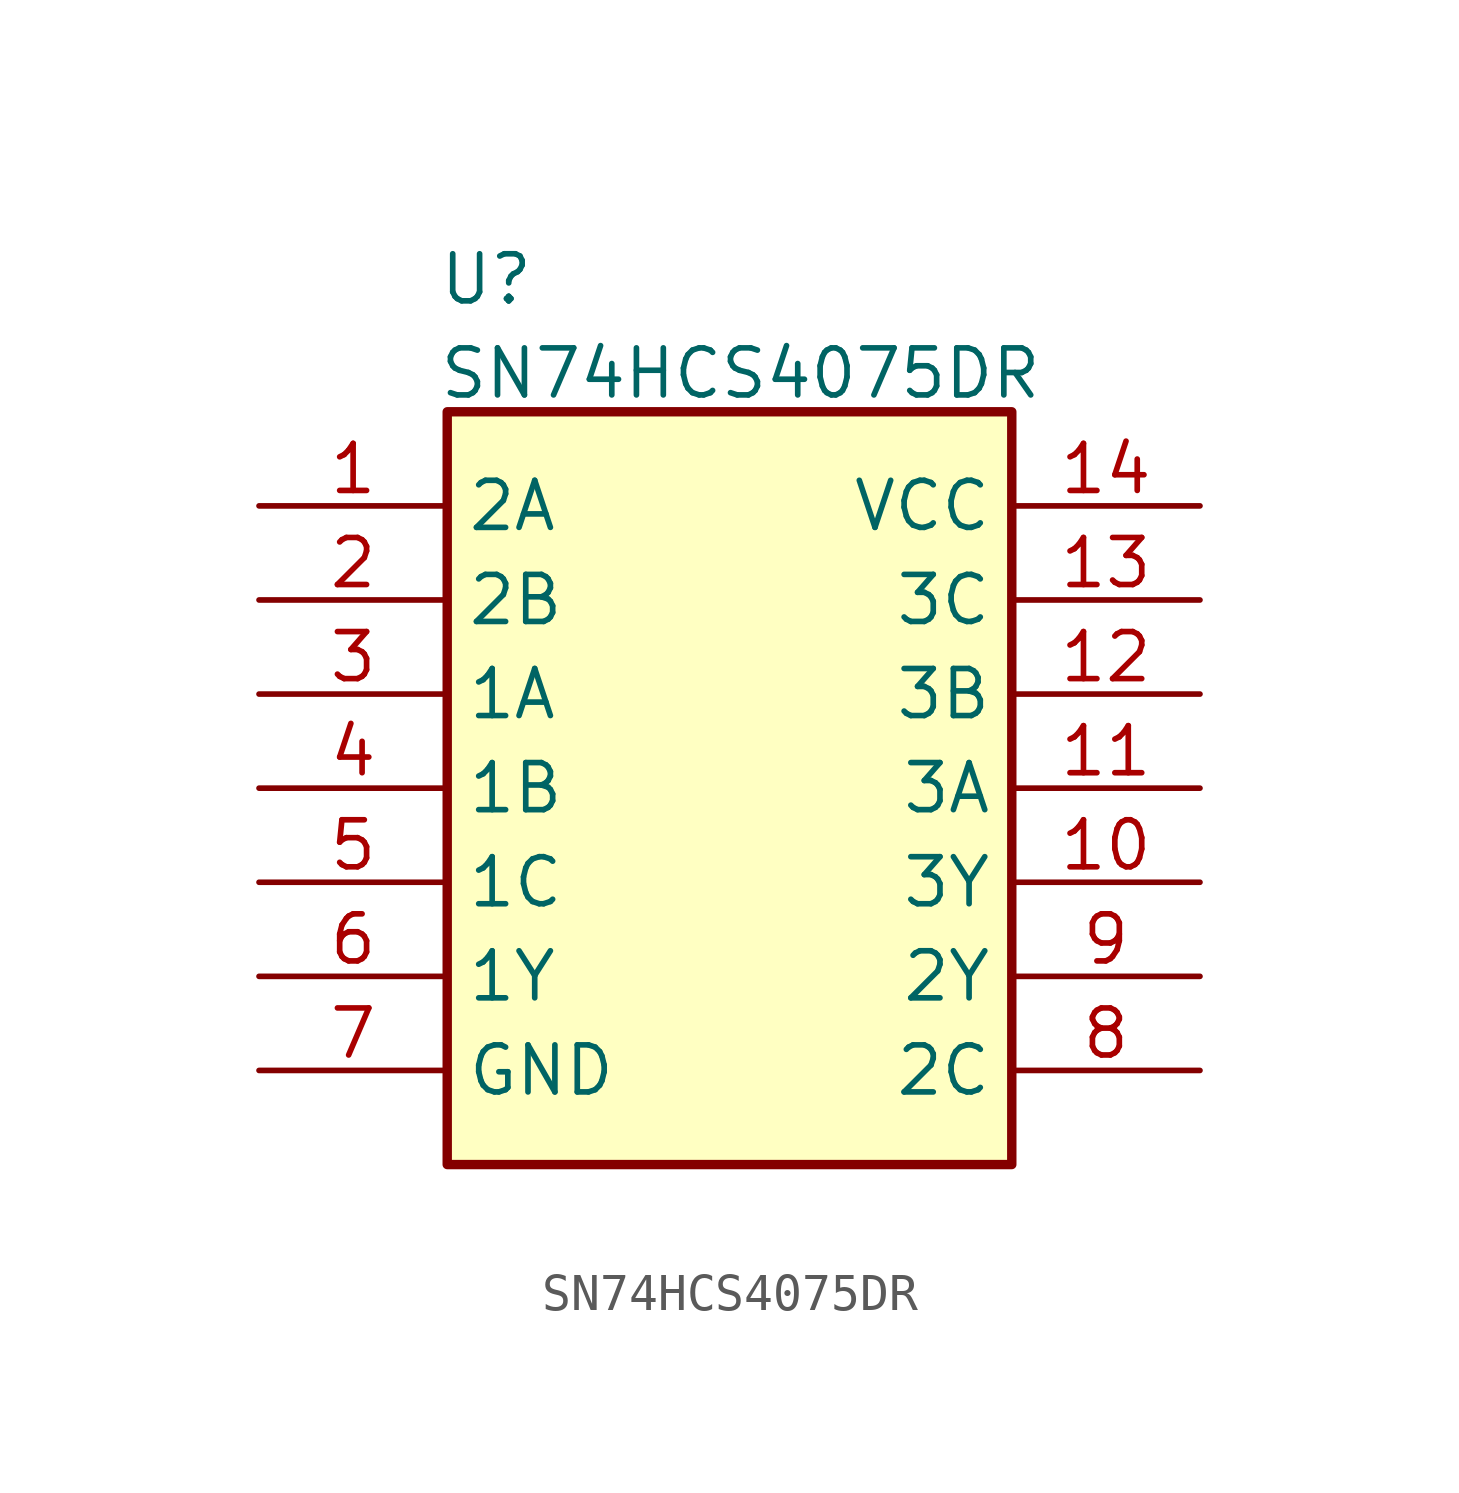
<source format=kicad_sym>
(kicad_symbol_lib
  (version 20241209)
  (generator "kicad_symbol_editor")
  (generator_version "9.0")
  (symbol "SN74HCS4075DR"
    (property "Reference" "U"
      (at -7.874 13.208 0)
      (effects (font (size 1.27 1.27)) (justify left top)))
    (property "Value" "SN74HCS4075DR"
      (at -7.874 10.668 0)
      (effects (font (size 1.27 1.27)) (justify left top)))
    (symbol "SN74HCS4075DR_1_1"
      (rectangle (start -7.62 8.89) (end 7.62 -11.43) (stroke (width 0.254) (type default)) (fill (type background)))
      (pin passive line (at -12.7 6.35 0) (length 5.08) (name "2A" (effects (font (size 1.27 1.27)))) (number "1" (effects (font (size 1.27 1.27)))))
      (pin passive line (at -12.7 3.81 0) (length 5.08) (name "2B" (effects (font (size 1.27 1.27)))) (number "2" (effects (font (size 1.27 1.27)))))
      (pin passive line (at -12.7 1.27 0) (length 5.08) (name "1A" (effects (font (size 1.27 1.27)))) (number "3" (effects (font (size 1.27 1.27)))))
      (pin passive line (at -12.7 -1.27 0) (length 5.08) (name "1B" (effects (font (size 1.27 1.27)))) (number "4" (effects (font (size 1.27 1.27)))))
      (pin passive line (at -12.7 -3.81 0) (length 5.08) (name "1C" (effects (font (size 1.27 1.27)))) (number "5" (effects (font (size 1.27 1.27)))))
      (pin passive line (at -12.7 -6.35 0) (length 5.08) (name "1Y" (effects (font (size 1.27 1.27)))) (number "6" (effects (font (size 1.27 1.27)))))
      (pin passive line (at -12.7 -8.89 0) (length 5.08) (name "GND" (effects (font (size 1.27 1.27)))) (number "7" (effects (font (size 1.27 1.27)))))
      (pin passive line (at 12.7 6.35 180) (length 5.08) (name "VCC" (effects (font (size 1.27 1.27)))) (number "14" (effects (font (size 1.27 1.27)))))
      (pin passive line (at 12.7 3.81 180) (length 5.08) (name "3C" (effects (font (size 1.27 1.27)))) (number "13" (effects (font (size 1.27 1.27)))))
      (pin passive line (at 12.7 1.27 180) (length 5.08) (name "3B" (effects (font (size 1.27 1.27)))) (number "12" (effects (font (size 1.27 1.27)))))
      (pin passive line (at 12.7 -1.27 180) (length 5.08) (name "3A" (effects (font (size 1.27 1.27)))) (number "11" (effects (font (size 1.27 1.27)))))
      (pin passive line (at 12.7 -3.81 180) (length 5.08) (name "3Y" (effects (font (size 1.27 1.27)))) (number "10" (effects (font (size 1.27 1.27)))))
      (pin passive line (at 12.7 -6.35 180) (length 5.08) (name "2Y" (effects (font (size 1.27 1.27)))) (number "9" (effects (font (size 1.27 1.27)))))
      (pin passive line (at 12.7 -8.89 180) (length 5.08) (name "2C" (effects (font (size 1.27 1.27)))) (number "8" (effects (font (size 1.27 1.27))))))))
</source>
